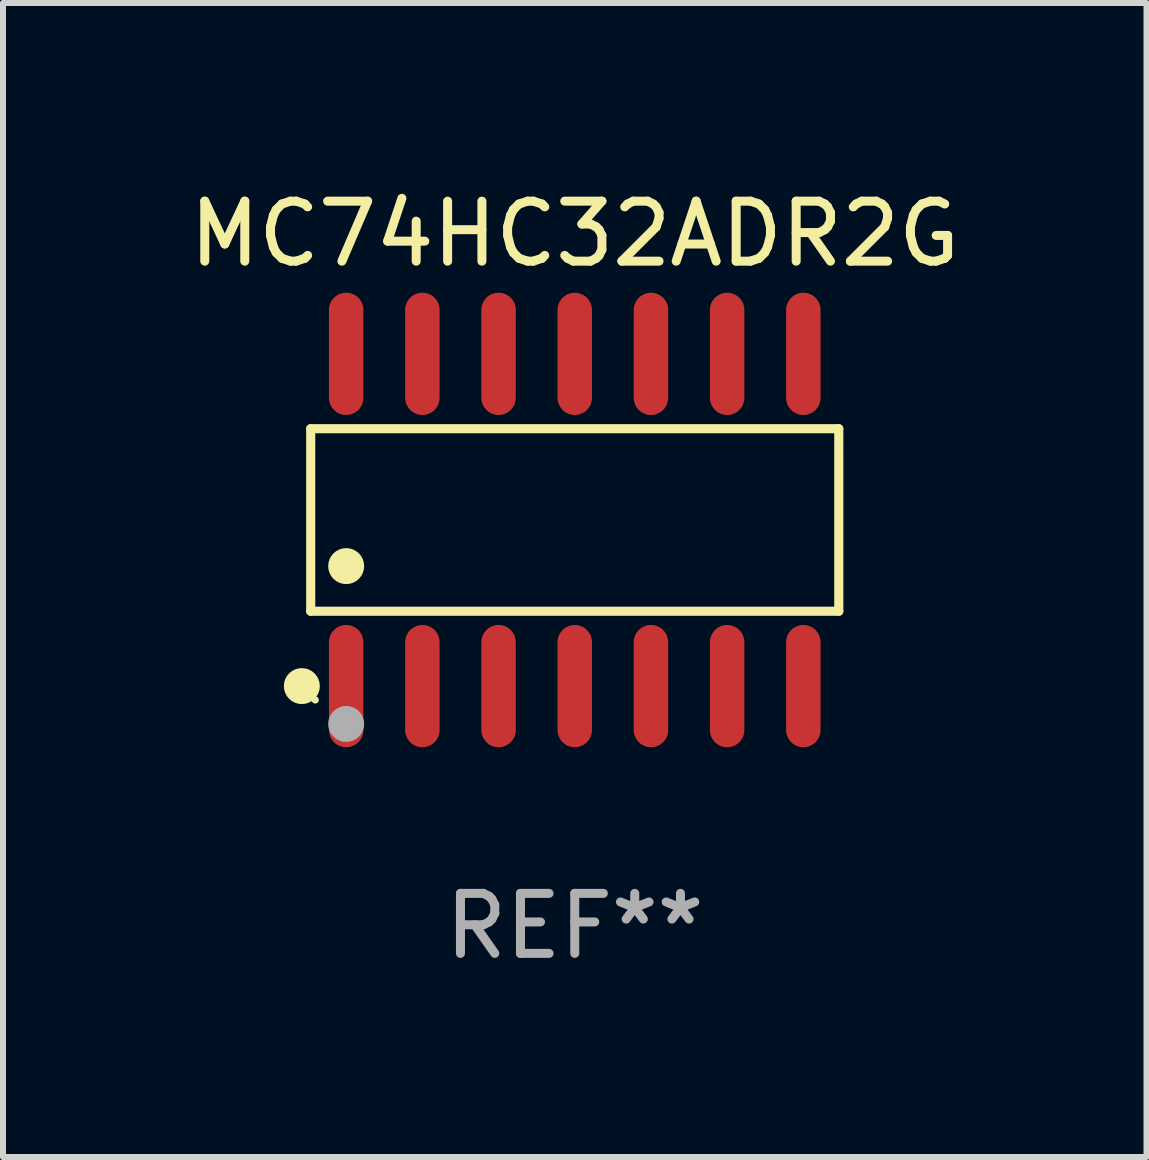
<source format=kicad_pcb>
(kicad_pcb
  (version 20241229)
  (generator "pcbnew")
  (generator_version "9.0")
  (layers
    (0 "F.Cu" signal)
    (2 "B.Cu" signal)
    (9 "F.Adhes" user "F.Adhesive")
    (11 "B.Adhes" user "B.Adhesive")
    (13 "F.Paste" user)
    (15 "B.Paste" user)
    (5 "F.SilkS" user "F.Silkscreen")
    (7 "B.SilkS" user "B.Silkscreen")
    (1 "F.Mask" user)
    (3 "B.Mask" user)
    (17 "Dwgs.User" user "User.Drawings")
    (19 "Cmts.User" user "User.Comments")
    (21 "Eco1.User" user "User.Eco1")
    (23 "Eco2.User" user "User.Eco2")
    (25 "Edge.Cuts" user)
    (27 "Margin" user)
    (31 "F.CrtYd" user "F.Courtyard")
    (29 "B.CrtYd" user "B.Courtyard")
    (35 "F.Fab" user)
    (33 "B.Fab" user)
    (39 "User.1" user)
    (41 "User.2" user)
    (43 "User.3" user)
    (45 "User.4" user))
  (footprint "MC74HC32ADR2G"
    (layer "F.Cu")
    (at 6.53 5.617)
    (property "Reference" "MC74HC32ADR2G" (at 0 -4.769 0) (layer "F.SilkS") (effects (font (size 1 1) (thickness 0.15))))
    (attr through_hole)
    (fp_line (start -4.401 -1.521) (end 4.401 -1.521) (stroke (width 0.152) (type solid)) (layer "F.SilkS"))
    (fp_line (start -4.401 1.521) (end -4.401 -1.521) (stroke (width 0.152) (type solid)) (layer "F.SilkS"))
    (fp_line (start 4.401 -1.521) (end 4.401 1.521) (stroke (width 0.152) (type solid)) (layer "F.SilkS"))
    (fp_line (start 4.401 1.521) (end -4.401 1.521) (stroke (width 0.152) (type solid)) (layer "F.SilkS"))
    (fp_circle (center -4.549 2.769) (end -4.399 2.769) (stroke (width 0.3) (type solid)) (fill no) (layer "F.SilkS"))
    (fp_circle (center -4.325 3) (end -4.295 3) (stroke (width 0.06) (type solid)) (fill no) (layer "F.SilkS"))
    (fp_circle (center -3.81 0.769) (end -3.66 0.769) (stroke (width 0.3) (type solid)) (fill no) (layer "F.SilkS"))
    (fp_circle (center -3.81 3.4) (end -3.66 3.4) (stroke (width 0.3) (type solid)) (fill no) (layer "F.Fab"))
    (fp_text user "REF**" (at 0 6.769 0) (layer "F.Fab") (effects (font (size 1 1) (thickness 0.15))))
    (pad "1" smd oval (at -3.81 2.769) (size 0.574 2.038) (layers "F.Cu" "F.Mask" "F.Paste"))
    (pad "2" smd oval (at -2.54 2.769) (size 0.574 2.038) (layers "F.Cu" "F.Mask" "F.Paste"))
    (pad "3" smd oval (at -1.27 2.769) (size 0.574 2.038) (layers "F.Cu" "F.Mask" "F.Paste"))
    (pad "4" smd oval (at 0 2.769) (size 0.574 2.038) (layers "F.Cu" "F.Mask" "F.Paste"))
    (pad "5" smd oval (at 1.27 2.769) (size 0.574 2.038) (layers "F.Cu" "F.Mask" "F.Paste"))
    (pad "6" smd oval (at 2.54 2.769) (size 0.574 2.038) (layers "F.Cu" "F.Mask" "F.Paste"))
    (pad "7" smd oval (at 3.81 2.769) (size 0.574 2.038) (layers "F.Cu" "F.Mask" "F.Paste"))
    (pad "8" smd oval (at 3.81 -2.769) (size 0.574 2.038) (layers "F.Cu" "F.Mask" "F.Paste"))
    (pad "9" smd oval (at 2.54 -2.769) (size 0.574 2.038) (layers "F.Cu" "F.Mask" "F.Paste"))
    (pad "10" smd oval (at 1.27 -2.769) (size 0.574 2.038) (layers "F.Cu" "F.Mask" "F.Paste"))
    (pad "11" smd oval (at 0 -2.769) (size 0.574 2.038) (layers "F.Cu" "F.Mask" "F.Paste"))
    (pad "12" smd oval (at -1.27 -2.769) (size 0.574 2.038) (layers "F.Cu" "F.Mask" "F.Paste"))
    (pad "13" smd oval (at -2.54 -2.769) (size 0.574 2.038) (layers "F.Cu" "F.Mask" "F.Paste"))
    (pad "14" smd oval (at -3.81 -2.769) (size 0.574 2.038) (layers "F.Cu" "F.Mask" "F.Paste")))
  (gr_rect
    (start -3 -3)
    (end 16.06 16.235)
    (stroke (width 0.1) (type default))
    (fill no)
    (layer "Edge.Cuts")))
</source>
